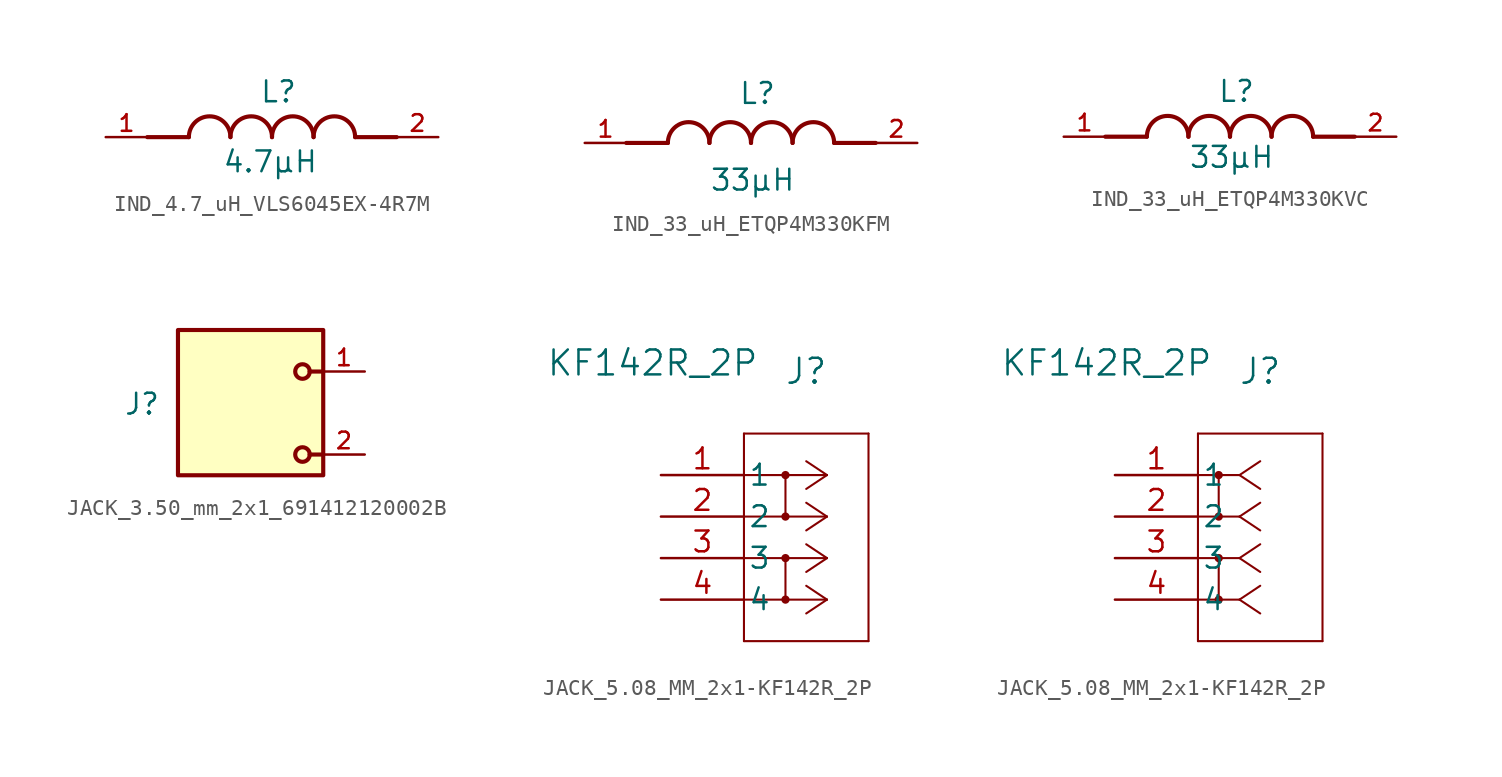
<source format=kicad_sym>
(kicad_symbol_lib
  (version 20241209)
  (generator "kicad_symbol_editor")
  (generator_version "9.0")
  (symbol "IND_4.7_uH_VLS6045EX-4R7M"
    (pin_names
      (offset 1.016))
    (property "Reference" "L"
      (at -0.762 2.032 0)
      (effects (font (size 1.27 1.27)) (justify left bottom)))
    (property "Value" "4.7µH"
      (at -3.048 -0.762 0)
      (effects (font (size 1.27 1.27)) (justify left top)))
    (symbol "IND_4.7_uH_VLS6045EX-4R7M_0_0"
      (polyline (pts (xy -5.08 0) (xy -7.62 0)) (stroke (width 0.254) (type default)) (fill (type none)))
      (arc (start -5.08 0) (mid -3.81 1.2645) (end -2.54 0) (stroke (width 0.254) (type default)) (fill (type none)))
      (arc (start -2.54 0) (mid -1.27 1.2645) (end 0 0) (stroke (width 0.254) (type default)) (fill (type none)))
      (arc (start 0 0) (mid 1.27 1.2645) (end 2.54 0) (stroke (width 0.254) (type default)) (fill (type none)))
      (arc (start 2.54 0) (mid 3.81 1.2645) (end 5.08 0) (stroke (width 0.254) (type default)) (fill (type none)))
      (polyline (pts (xy 5.08 0) (xy 7.62 0)) (stroke (width 0.254) (type default)) (fill (type none))))
    (symbol "IND_4.7_uH_VLS6045EX-4R7M_1_0"
      (pin passive line (at -10.16 0 0) (length 2.54) (name "~" (effects (font (size 1.016 1.016)))) (number "1" (effects (font (size 1.016 1.016)))))
      (pin passive line (at 10.16 0 180) (length 2.54) (name "~" (effects (font (size 1.016 1.016)))) (number "2" (effects (font (size 1.016 1.016)))))))
  (symbol "IND_33_uH_ETQP4M330KFM"
    (pin_names
      (offset 1.016))
    (property "Reference" "L"
      (at -0.762 2.286 0)
      (effects (font (size 1.27 1.27)) (justify left bottom)))
    (property "Value" "33µH"
      (at -2.54 -1.524 0)
      (effects (font (size 1.27 1.27)) (justify left top)))
    (symbol "IND_33_uH_ETQP4M330KFM_0_0"
      (polyline (pts (xy -5.08 0) (xy -7.62 0)) (stroke (width 0.254) (type default)) (fill (type none)))
      (arc (start -5.08 0) (mid -3.81 1.2645) (end -2.54 0) (stroke (width 0.254) (type default)) (fill (type none)))
      (arc (start -2.54 0) (mid -1.27 1.2645) (end 0 0) (stroke (width 0.254) (type default)) (fill (type none)))
      (arc (start 0 0) (mid 1.27 1.2645) (end 2.54 0) (stroke (width 0.254) (type default)) (fill (type none)))
      (arc (start 2.54 0) (mid 3.81 1.2645) (end 5.08 0) (stroke (width 0.254) (type default)) (fill (type none)))
      (polyline (pts (xy 5.08 0) (xy 7.62 0)) (stroke (width 0.254) (type default)) (fill (type none))))
    (symbol "IND_33_uH_ETQP4M330KFM_1_0"
      (pin passive line (at -10.16 0 0) (length 2.54) (name "~" (effects (font (size 1.016 1.016)))) (number "1" (effects (font (size 1.016 1.016)))))
      (pin passive line (at 10.16 0 180) (length 2.54) (name "~" (effects (font (size 1.016 1.016)))) (number "2" (effects (font (size 1.016 1.016)))))))
  (symbol "IND_33_uH_ETQP4M330KVC"
    (pin_names
      (offset 1.016))
    (property "Reference" "L"
      (at -0.762 2.032 0)
      (effects (font (size 1.27 1.27)) (justify left bottom)))
    (property "Value" "33µH"
      (at -2.54 -0.508 0)
      (effects (font (size 1.27 1.27)) (justify left top)))
    (symbol "IND_33_uH_ETQP4M330KVC_0_0"
      (polyline (pts (xy -5.08 0) (xy -7.62 0)) (stroke (width 0.254) (type default)) (fill (type none)))
      (arc (start -5.08 0) (mid -3.81 1.2645) (end -2.54 0) (stroke (width 0.254) (type default)) (fill (type none)))
      (arc (start -2.54 0) (mid -1.27 1.2645) (end 0 0) (stroke (width 0.254) (type default)) (fill (type none)))
      (arc (start 0 0) (mid 1.27 1.2645) (end 2.54 0) (stroke (width 0.254) (type default)) (fill (type none)))
      (arc (start 2.54 0) (mid 3.81 1.2645) (end 5.08 0) (stroke (width 0.254) (type default)) (fill (type none)))
      (polyline (pts (xy 5.08 0) (xy 7.62 0)) (stroke (width 0.254) (type default)) (fill (type none))))
    (symbol "IND_33_uH_ETQP4M330KVC_1_0"
      (pin passive line (at -10.16 0 0) (length 2.54) (name "~" (effects (font (size 1.016 1.016)))) (number "1" (effects (font (size 1.016 1.016)))))
      (pin passive line (at 10.16 0 180) (length 2.54) (name "~" (effects (font (size 1.016 1.016)))) (number "2" (effects (font (size 1.016 1.016)))))))
  (symbol "JACK_3.50_mm_2x1_691412120002B"
    (pin_names
      (offset 1.016))
    (property "Reference" "J"
      (at -4.88 1.078 0)
      (effects (font (size 1.27 1.27)) (justify right bottom)))
    (symbol "JACK_3.50_mm_2x1_691412120002B_0_0"
      (rectangle (start -3.81 6.35) (end 5.08 -2.54) (stroke (width 0.254) (type default)) (fill (type background)))
      (circle (center 3.81 3.81) (radius 0.445) (stroke (width 0.254) (type default)) (fill (type none)))
      (circle (center 3.81 -1.27) (radius 0.445) (stroke (width 0.254) (type default)) (fill (type none)))
      (polyline (pts (xy 4.245 3.81) (xy 5.08 3.81)) (stroke (width 0.254) (type default)) (fill (type none)))
      (polyline (pts (xy 4.245 -1.27) (xy 5.08 -1.27)) (stroke (width 0.254) (type default)) (fill (type none)))
      (pin passive line (at 7.62 3.81 180) (length 2.54) (name "~" (effects (font (size 1.016 1.016)))) (number "1" (effects (font (size 1.016 1.016)))))
      (pin passive line (at 7.62 -1.27 180) (length 2.54) (name "~" (effects (font (size 1.016 1.016)))) (number "2" (effects (font (size 1.016 1.016)))))))
  (symbol "JACK_5.08_MM_2x1-KF142R_2P"
    (pin_names
      (offset 0.254))
    (property "Reference" "J"
      (at 8.89 6.35 0)
      (effects (font (size 1.524 1.524))))
    (property "Value" "KF142R_2P"
      (at -0.508 6.858 0)
      (effects (font (size 1.524 1.524))))
    (property "ki_locked" ""
      (at 0 0 0)
      (effects (font (size 1.27 1.27))))
    (symbol "JACK_5.08_MM_2x1-KF142R_2P_1_1"
      (polyline (pts (xy 5.08 2.54) (xy 5.08 -10.16)) (stroke (width 0.127) (type default)) (fill (type none)))
      (polyline (pts (xy 5.08 -10.16) (xy 12.7 -10.16)) (stroke (width 0.127) (type default)) (fill (type none)))
      (polyline (pts (xy 7.62 0) (xy 7.62 -2.54)) (stroke (width 0.127) (type default)) (fill (type none)))
      (circle (center 7.62 0) (radius 0.127) (stroke (width 0.254) (type default)) (fill (type none)))
      (circle (center 7.62 -2.54) (radius 0.127) (stroke (width 0.254) (type default)) (fill (type none)))
      (polyline (pts (xy 7.62 -5.08) (xy 7.62 -7.62)) (stroke (width 0.127) (type default)) (fill (type none)))
      (circle (center 7.62 -5.08) (radius 0.127) (stroke (width 0.254) (type default)) (fill (type none)))
      (circle (center 7.62 -7.62) (radius 0.127) (stroke (width 0.254) (type default)) (fill (type none)))
      (polyline (pts (xy 10.16 0) (xy 5.08 0)) (stroke (width 0.127) (type default)) (fill (type none)))
      (polyline (pts (xy 10.16 0) (xy 8.89 0.847)) (stroke (width 0.127) (type default)) (fill (type none)))
      (polyline (pts (xy 10.16 0) (xy 8.89 -0.847)) (stroke (width 0.127) (type default)) (fill (type none)))
      (polyline (pts (xy 10.16 -2.54) (xy 5.08 -2.54)) (stroke (width 0.127) (type default)) (fill (type none)))
      (polyline (pts (xy 10.16 -2.54) (xy 8.89 -1.693)) (stroke (width 0.127) (type default)) (fill (type none)))
      (polyline (pts (xy 10.16 -2.54) (xy 8.89 -3.387)) (stroke (width 0.127) (type default)) (fill (type none)))
      (polyline (pts (xy 10.16 -5.08) (xy 5.08 -5.08)) (stroke (width 0.127) (type default)) (fill (type none)))
      (polyline (pts (xy 10.16 -5.08) (xy 8.89 -4.233)) (stroke (width 0.127) (type default)) (fill (type none)))
      (polyline (pts (xy 10.16 -5.08) (xy 8.89 -5.927)) (stroke (width 0.127) (type default)) (fill (type none)))
      (polyline (pts (xy 10.16 -7.62) (xy 5.08 -7.62)) (stroke (width 0.127) (type default)) (fill (type none)))
      (polyline (pts (xy 10.16 -7.62) (xy 8.89 -6.773)) (stroke (width 0.127) (type default)) (fill (type none)))
      (polyline (pts (xy 10.16 -7.62) (xy 8.89 -8.467)) (stroke (width 0.127) (type default)) (fill (type none)))
      (polyline (pts (xy 12.7 2.54) (xy 5.08 2.54)) (stroke (width 0.127) (type default)) (fill (type none)))
      (polyline (pts (xy 12.7 -10.16) (xy 12.7 2.54)) (stroke (width 0.127) (type default)) (fill (type none)))
      (pin unspecified line (at 0 0 0) (length 5.08) (name "1" (effects (font (size 1.27 1.27)))) (number "1" (effects (font (size 1.27 1.27)))))
      (pin unspecified line (at 0 -2.54 0) (length 5.08) (name "2" (effects (font (size 1.27 1.27)))) (number "2" (effects (font (size 1.27 1.27)))))
      (pin unspecified line (at 0 -5.08 0) (length 5.08) (name "3" (effects (font (size 1.27 1.27)))) (number "3" (effects (font (size 1.27 1.27)))))
      (pin unspecified line (at 0 -7.62 0) (length 5.08) (name "4" (effects (font (size 1.27 1.27)))) (number "4" (effects (font (size 1.27 1.27))))))
    (symbol "JACK_5.08_MM_2x1-KF142R_2P_1_2"
      (polyline (pts (xy 5.08 2.54) (xy 5.08 -10.16)) (stroke (width 0.127) (type default)) (fill (type none)))
      (polyline (pts (xy 5.08 -10.16) (xy 12.7 -10.16)) (stroke (width 0.127) (type default)) (fill (type none)))
      (polyline (pts (xy 6.35 0) (xy 6.35 -2.54)) (stroke (width 0.127) (type default)) (fill (type none)))
      (circle (center 6.35 0) (radius 0.127) (stroke (width 0.254) (type default)) (fill (type none)))
      (circle (center 6.35 -2.54) (radius 0.127) (stroke (width 0.254) (type default)) (fill (type none)))
      (polyline (pts (xy 6.35 -5.08) (xy 6.35 -7.62)) (stroke (width 0.127) (type default)) (fill (type none)))
      (circle (center 6.35 -5.08) (radius 0.127) (stroke (width 0.254) (type default)) (fill (type none)))
      (circle (center 6.35 -7.62) (radius 0.127) (stroke (width 0.254) (type default)) (fill (type none)))
      (polyline (pts (xy 7.62 0) (xy 5.08 0)) (stroke (width 0.127) (type default)) (fill (type none)))
      (polyline (pts (xy 7.62 0) (xy 8.89 0.847)) (stroke (width 0.127) (type default)) (fill (type none)))
      (polyline (pts (xy 7.62 0) (xy 8.89 -0.847)) (stroke (width 0.127) (type default)) (fill (type none)))
      (polyline (pts (xy 7.62 -2.54) (xy 5.08 -2.54)) (stroke (width 0.127) (type default)) (fill (type none)))
      (polyline (pts (xy 7.62 -2.54) (xy 8.89 -1.693)) (stroke (width 0.127) (type default)) (fill (type none)))
      (polyline (pts (xy 7.62 -2.54) (xy 8.89 -3.387)) (stroke (width 0.127) (type default)) (fill (type none)))
      (polyline (pts (xy 7.62 -5.08) (xy 5.08 -5.08)) (stroke (width 0.127) (type default)) (fill (type none)))
      (polyline (pts (xy 7.62 -5.08) (xy 8.89 -4.233)) (stroke (width 0.127) (type default)) (fill (type none)))
      (polyline (pts (xy 7.62 -5.08) (xy 8.89 -5.927)) (stroke (width 0.127) (type default)) (fill (type none)))
      (polyline (pts (xy 7.62 -7.62) (xy 5.08 -7.62)) (stroke (width 0.127) (type default)) (fill (type none)))
      (polyline (pts (xy 7.62 -7.62) (xy 8.89 -6.773)) (stroke (width 0.127) (type default)) (fill (type none)))
      (polyline (pts (xy 7.62 -7.62) (xy 8.89 -8.467)) (stroke (width 0.127) (type default)) (fill (type none)))
      (polyline (pts (xy 12.7 2.54) (xy 5.08 2.54)) (stroke (width 0.127) (type default)) (fill (type none)))
      (polyline (pts (xy 12.7 -10.16) (xy 12.7 2.54)) (stroke (width 0.127) (type default)) (fill (type none)))
      (pin unspecified line (at 0 0 0) (length 5.08) (name "1" (effects (font (size 1.27 1.27)))) (number "1" (effects (font (size 1.27 1.27)))))
      (pin unspecified line (at 0 -2.54 0) (length 5.08) (name "2" (effects (font (size 1.27 1.27)))) (number "2" (effects (font (size 1.27 1.27)))))
      (pin unspecified line (at 0 -5.08 0) (length 5.08) (name "3" (effects (font (size 1.27 1.27)))) (number "3" (effects (font (size 1.27 1.27)))))
      (pin unspecified line (at 0 -7.62 0) (length 5.08) (name "4" (effects (font (size 1.27 1.27)))) (number "4" (effects (font (size 1.27 1.27))))))))
</source>
